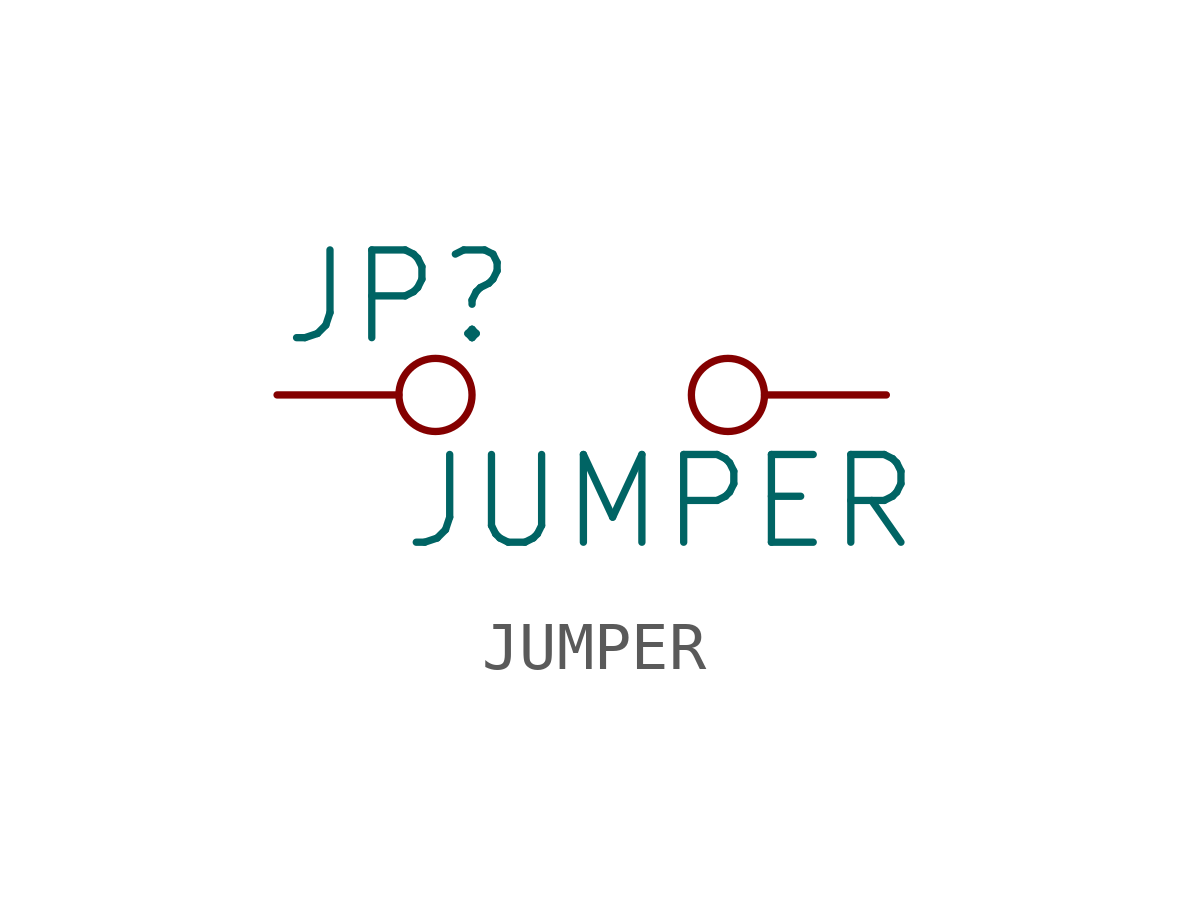
<source format=kicad_sym>
(kicad_symbol_lib
  (version 20241209)
  (generator "kicad_symbol_editor")
  (generator_version "9.0")
  (symbol "JUMPER"
    (pin_numbers
      (hide yes))
    (pin_names
      (hide yes))
    (property "Reference" "JP"
      (at 0 -0.508 0)
      (effects (font (size 1.829 1.829))))
    (property "Value" "JUMPER"
      (at 0 -5.842 0)
      (effects (font (size 1.829 1.829)) (justify left bottom)))
    (symbol "JUMPER_1_0"
      (circle (center 0.762 -2.54) (radius 0.762) (stroke (width 0) (type solid)) (fill (type none)))
      (circle (center 6.858 -2.54) (radius 0.762) (stroke (width 0) (type solid)) (fill (type none)))
      (pin passive line (at -2.54 -2.54 0) (length 2.54) (name "C1" (effects (font (size 1.27 1.27)))) (number "1" (effects (font (size 1.27 1.27)))))
      (pin passive line (at 10.16 -2.54 180) (length 2.54) (name "C2" (effects (font (size 1.27 1.27)))) (number "2" (effects (font (size 1.27 1.27))))))))
</source>
